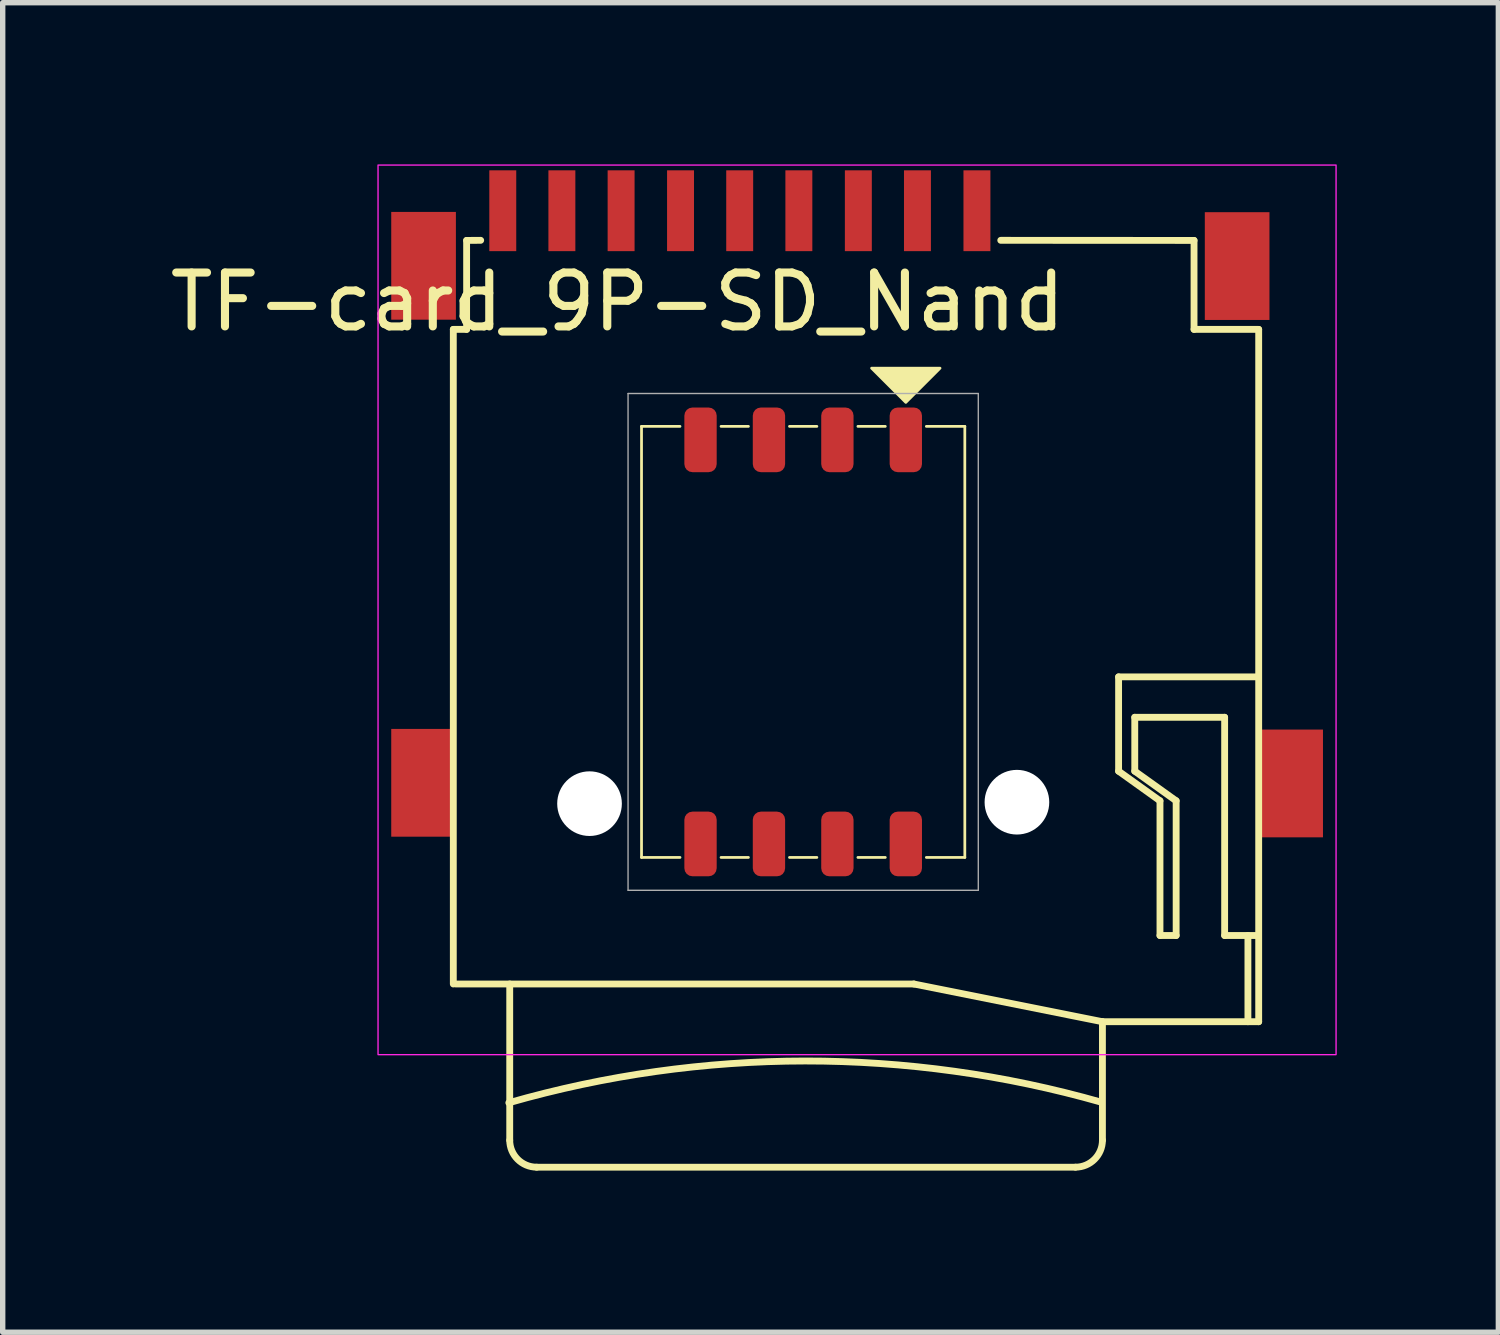
<source format=kicad_pcb>
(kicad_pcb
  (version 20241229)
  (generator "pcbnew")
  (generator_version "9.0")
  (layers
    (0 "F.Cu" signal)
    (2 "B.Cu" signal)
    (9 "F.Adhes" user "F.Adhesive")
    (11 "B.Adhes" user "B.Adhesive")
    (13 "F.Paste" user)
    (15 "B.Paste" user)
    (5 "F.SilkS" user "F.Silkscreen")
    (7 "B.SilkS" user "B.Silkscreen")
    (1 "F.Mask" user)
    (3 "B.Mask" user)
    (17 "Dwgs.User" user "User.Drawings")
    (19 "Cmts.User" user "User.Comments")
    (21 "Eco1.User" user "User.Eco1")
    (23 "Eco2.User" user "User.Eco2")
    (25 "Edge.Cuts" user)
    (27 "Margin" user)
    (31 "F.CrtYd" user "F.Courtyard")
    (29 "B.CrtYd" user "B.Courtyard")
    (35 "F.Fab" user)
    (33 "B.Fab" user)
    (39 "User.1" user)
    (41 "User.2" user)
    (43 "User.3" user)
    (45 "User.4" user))
  (footprint "TF-card_9P-SD_Nand"
    (layer "F.Cu")
    (at 12.856 6.363)
    (property "Reference" "TF-card_9P-SD_Nand" (at -4.445 -3.81 0) (layer "F.SilkS") (effects (font (size 1 1) (thickness 0.15))))
    (attr smd)
    (fp_line (start -7.493 8.849) (end -7.493 -3.3) (stroke (width 0.127) (type solid)) (layer "F.SilkS"))
    (fp_line (start -7.246 -4.951) (end -7.246 -3.3) (stroke (width 0.127) (type solid)) (layer "F.SilkS"))
    (fp_line (start -7.246 -3.3) (end -7.493 -3.3) (stroke (width 0.127) (type default)) (layer "F.SilkS"))
    (fp_line (start -6.985 -4.953) (end -7.246 -4.951) (stroke (width 0.127) (type solid)) (layer "F.SilkS"))
    (fp_line (start -6.446 8.849) (end -6.446 11.749) (stroke (width 0.127) (type solid)) (layer "F.SilkS"))
    (fp_line (start -4 6.5) (end -4 -1.5) (stroke (width 0.051) (type solid)) (layer "F.SilkS"))
    (fp_line (start -3.286 -1.5) (end -4 -1.5) (stroke (width 0.051) (type solid)) (layer "F.SilkS"))
    (fp_line (start -3.286 6.5) (end -4 6.5) (stroke (width 0.051) (type solid)) (layer "F.SilkS"))
    (fp_line (start -2.524 -1.5) (end -2.016 -1.5) (stroke (width 0.051) (type solid)) (layer "F.SilkS"))
    (fp_line (start -2.524 6.5) (end -2.016 6.5) (stroke (width 0.051) (type solid)) (layer "F.SilkS"))
    (fp_line (start -1.254 -1.5) (end -0.746 -1.5) (stroke (width 0.051) (type solid)) (layer "F.SilkS"))
    (fp_line (start -1.254 6.5) (end -0.746 6.5) (stroke (width 0.051) (type solid)) (layer "F.SilkS"))
    (fp_line (start 0.016 -1.5) (end 0.524 -1.5) (stroke (width 0.051) (type solid)) (layer "F.SilkS"))
    (fp_line (start 0.016 6.5) (end 0.524 6.5) (stroke (width 0.051) (type solid)) (layer "F.SilkS"))
    (fp_line (start 1.054 8.849) (end -7.446 8.849) (stroke (width 0.127) (type solid)) (layer "F.SilkS"))
    (fp_line (start 2 -1.5) (end 1.286 -1.5) (stroke (width 0.051) (type solid)) (layer "F.SilkS"))
    (fp_line (start 2 6.5) (end 1.286 6.5) (stroke (width 0.051) (type solid)) (layer "F.SilkS"))
    (fp_line (start 2 6.5) (end 2 -1.5) (stroke (width 0.051) (type solid)) (layer "F.SilkS"))
    (fp_line (start 4.054 12.249) (end -5.946 12.249) (stroke (width 0.127) (type solid)) (layer "F.SilkS"))
    (fp_line (start 4.554 9.549) (end 1.054 8.849) (stroke (width 0.127) (type solid)) (layer "F.SilkS"))
    (fp_line (start 4.554 9.549) (end 4.554 11.749) (stroke (width 0.127) (type solid)) (layer "F.SilkS"))
    (fp_line (start 4.854 3.149) (end 7.448 3.149) (stroke (width 0.127) (type solid)) (layer "F.SilkS"))
    (fp_line (start 4.854 4.899) (end 4.854 3.149) (stroke (width 0.127) (type solid)) (layer "F.SilkS"))
    (fp_line (start 5.154 3.899) (end 5.154 4.899) (stroke (width 0.127) (type solid)) (layer "F.SilkS"))
    (fp_line (start 5.154 4.899) (end 5.922 5.449) (stroke (width 0.127) (type solid)) (layer "F.SilkS"))
    (fp_line (start 5.622 5.449) (end 4.854 4.899) (stroke (width 0.127) (type solid)) (layer "F.SilkS"))
    (fp_line (start 5.622 7.949) (end 5.622 5.449) (stroke (width 0.127) (type solid)) (layer "F.SilkS"))
    (fp_line (start 5.922 5.449) (end 5.922 7.949) (stroke (width 0.127) (type solid)) (layer "F.SilkS"))
    (fp_line (start 5.922 7.949) (end 5.622 7.949) (stroke (width 0.127) (type solid)) (layer "F.SilkS"))
    (fp_line (start 6.254 -4.951) (end 2.667 -4.953) (stroke (width 0.127) (type solid)) (layer "F.SilkS"))
    (fp_line (start 6.254 -4.951) (end 6.254 -3.3) (stroke (width 0.127) (type solid)) (layer "F.SilkS"))
    (fp_line (start 6.254 -3.3) (end 7.454 -3.3) (stroke (width 0.127) (type solid)) (layer "F.SilkS"))
    (fp_line (start 6.822 3.899) (end 5.154 3.899) (stroke (width 0.127) (type solid)) (layer "F.SilkS"))
    (fp_line (start 6.822 7.949) (end 6.822 3.899) (stroke (width 0.127) (type solid)) (layer "F.SilkS"))
    (fp_line (start 7.254 7.949) (end 7.254 9.549) (stroke (width 0.127) (type solid)) (layer "F.SilkS"))
    (fp_line (start 7.448 7.949) (end 6.822 7.949) (stroke (width 0.127) (type solid)) (layer "F.SilkS"))
    (fp_line (start 7.454 -3.3) (end 7.454 9.549) (stroke (width 0.127) (type solid)) (layer "F.SilkS"))
    (fp_line (start 7.454 9.549) (end 4.554 9.549) (stroke (width 0.127) (type solid)) (layer "F.SilkS"))
    (fp_arc (start -6.462827 11.053343) (mid -0.963513 10.278016) (end 4.537146 11.04374) (stroke (width 0.127) (type solid)) (layer "F.SilkS"))
    (fp_arc (start -5.946013 12.24854) (mid -6.299566 12.102094) (end -6.446012 11.748541) (stroke (width 0.127) (type solid)) (layer "F.SilkS"))
    (fp_arc (start 4.553966 11.748541) (mid 4.40752 12.102094) (end 4.053967 12.24854) (stroke (width 0.127) (type solid)) (layer "F.SilkS"))
    (fp_poly (pts (xy 0.905 -1.945) (xy 0.27 -2.58) (xy 1.54 -2.58)) (stroke (width 0.051) (type solid)) (fill yes) (layer "F.SilkS"))
    (fp_rect (start -8.89 -6.35) (end 8.89 10.16) (stroke (width 0.025) (type default)) (fill no) (layer "F.CrtYd"))
    (fp_line (start -4.25 -2.11) (end -4.25 7.11) (stroke (width 0.025) (type solid)) (layer "F.Fab"))
    (fp_line (start -4.25 7.11) (end 2.25 7.11) (stroke (width 0.025) (type solid)) (layer "F.Fab"))
    (fp_line (start 2.25 -2.11) (end -4.25 -2.11) (stroke (width 0.025) (type solid)) (layer "F.Fab"))
    (fp_line (start 2.25 7.11) (end 2.25 -2.11) (stroke (width 0.025) (type solid)) (layer "F.Fab"))
    (pad "" np_thru_hole circle (at -4.965 5.502) (size 1.2 1.2) (drill 1.2) (layers "*.Cu" "*.Mask"))
    (pad "" np_thru_hole circle (at 2.967 5.475) (size 1.2 1.2) (drill 1.2) (layers "*.Cu" "*.Mask"))
    (pad "1" smd roundrect (at 0.905 -1.25 270) (size 1.2 0.6) (layers "F.Cu" "F.Mask" "F.Paste") (roundrect_rratio 0.25))
    (pad "1" smd rect (at 2.225 -5.502 90) (size 1.5 0.5) (layers "F.Cu" "F.Mask" "F.Paste"))
    (pad "2" smd roundrect (at -0.365 -1.25 270) (size 1.2 0.6) (layers "F.Cu" "F.Mask" "F.Paste") (roundrect_rratio 0.25))
    (pad "2" smd rect (at 1.121 -5.502 90) (size 1.5 0.5) (layers "F.Cu" "F.Mask" "F.Paste"))
    (pad "3" smd roundrect (at -2.905 6.25 270) (size 1.2 0.6) (layers "F.Cu" "F.Mask" "F.Paste") (roundrect_rratio 0.25))
    (pad "3" smd rect (at 0.024 -5.502 90) (size 1.5 0.5) (layers "F.Cu" "F.Mask" "F.Paste"))
    (pad "4" smd rect (at -1.08 -5.502 90) (size 1.5 0.5) (layers "F.Cu" "F.Mask" "F.Paste"))
    (pad "4" smd roundrect (at 0.905 6.25 270) (size 1.2 0.6) (layers "F.Cu" "F.Mask" "F.Paste") (roundrect_rratio 0.25))
    (pad "5" smd rect (at -2.178 -5.502 90) (size 1.5 0.5) (layers "F.Cu" "F.Mask" "F.Paste"))
    (pad "5" smd roundrect (at -1.635 -1.25 270) (size 1.2 0.6) (layers "F.Cu" "F.Mask" "F.Paste") (roundrect_rratio 0.25))
    (pad "6" smd rect (at -3.276 -5.502 90) (size 1.5 0.5) (layers "F.Cu" "F.Mask" "F.Paste"))
    (pad "6" smd roundrect (at -2.905 -1.25 270) (size 1.2 0.6) (layers "F.Cu" "F.Mask" "F.Paste") (roundrect_rratio 0.25))
    (pad "7" smd rect (at -4.379 -5.502 90) (size 1.5 0.5) (layers "F.Cu" "F.Mask" "F.Paste"))
    (pad "7" smd roundrect (at -1.635 6.25 270) (size 1.2 0.6) (layers "F.Cu" "F.Mask" "F.Paste") (roundrect_rratio 0.25))
    (pad "8" smd rect (at -5.478 -5.502 90) (size 1.5 0.5) (layers "F.Cu" "F.Mask" "F.Paste"))
    (pad "8" smd roundrect (at -0.365 6.25 270) (size 1.2 0.6) (layers "F.Cu" "F.Mask" "F.Paste") (roundrect_rratio 0.25))
    (pad "9" smd rect (at -6.575 -5.502 90) (size 1.5 0.5) (layers "F.Cu" "F.Mask" "F.Paste"))
    (pad "10" smd rect (at -8.045 -4.48 90) (size 2 1.2) (layers "F.Cu" "F.Mask" "F.Paste"))
    (pad "10" smd rect (at -8.045 5.115 90) (size 2 1.2) (layers "F.Cu" "F.Mask" "F.Paste"))
    (pad "10" smd rect (at 7.054 -4.475 90) (size 2 1.2) (layers "F.Cu" "F.Mask" "F.Paste"))
    (pad "10" smd rect (at 8.047 5.127 90) (size 2 1.2) (layers "F.Cu" "F.Mask" "F.Paste")))
  (gr_rect
    (start -3 -3)
    (end 24.758 21.675)
    (stroke (width 0.1) (type default))
    (fill no)
    (layer "Edge.Cuts")))
</source>
